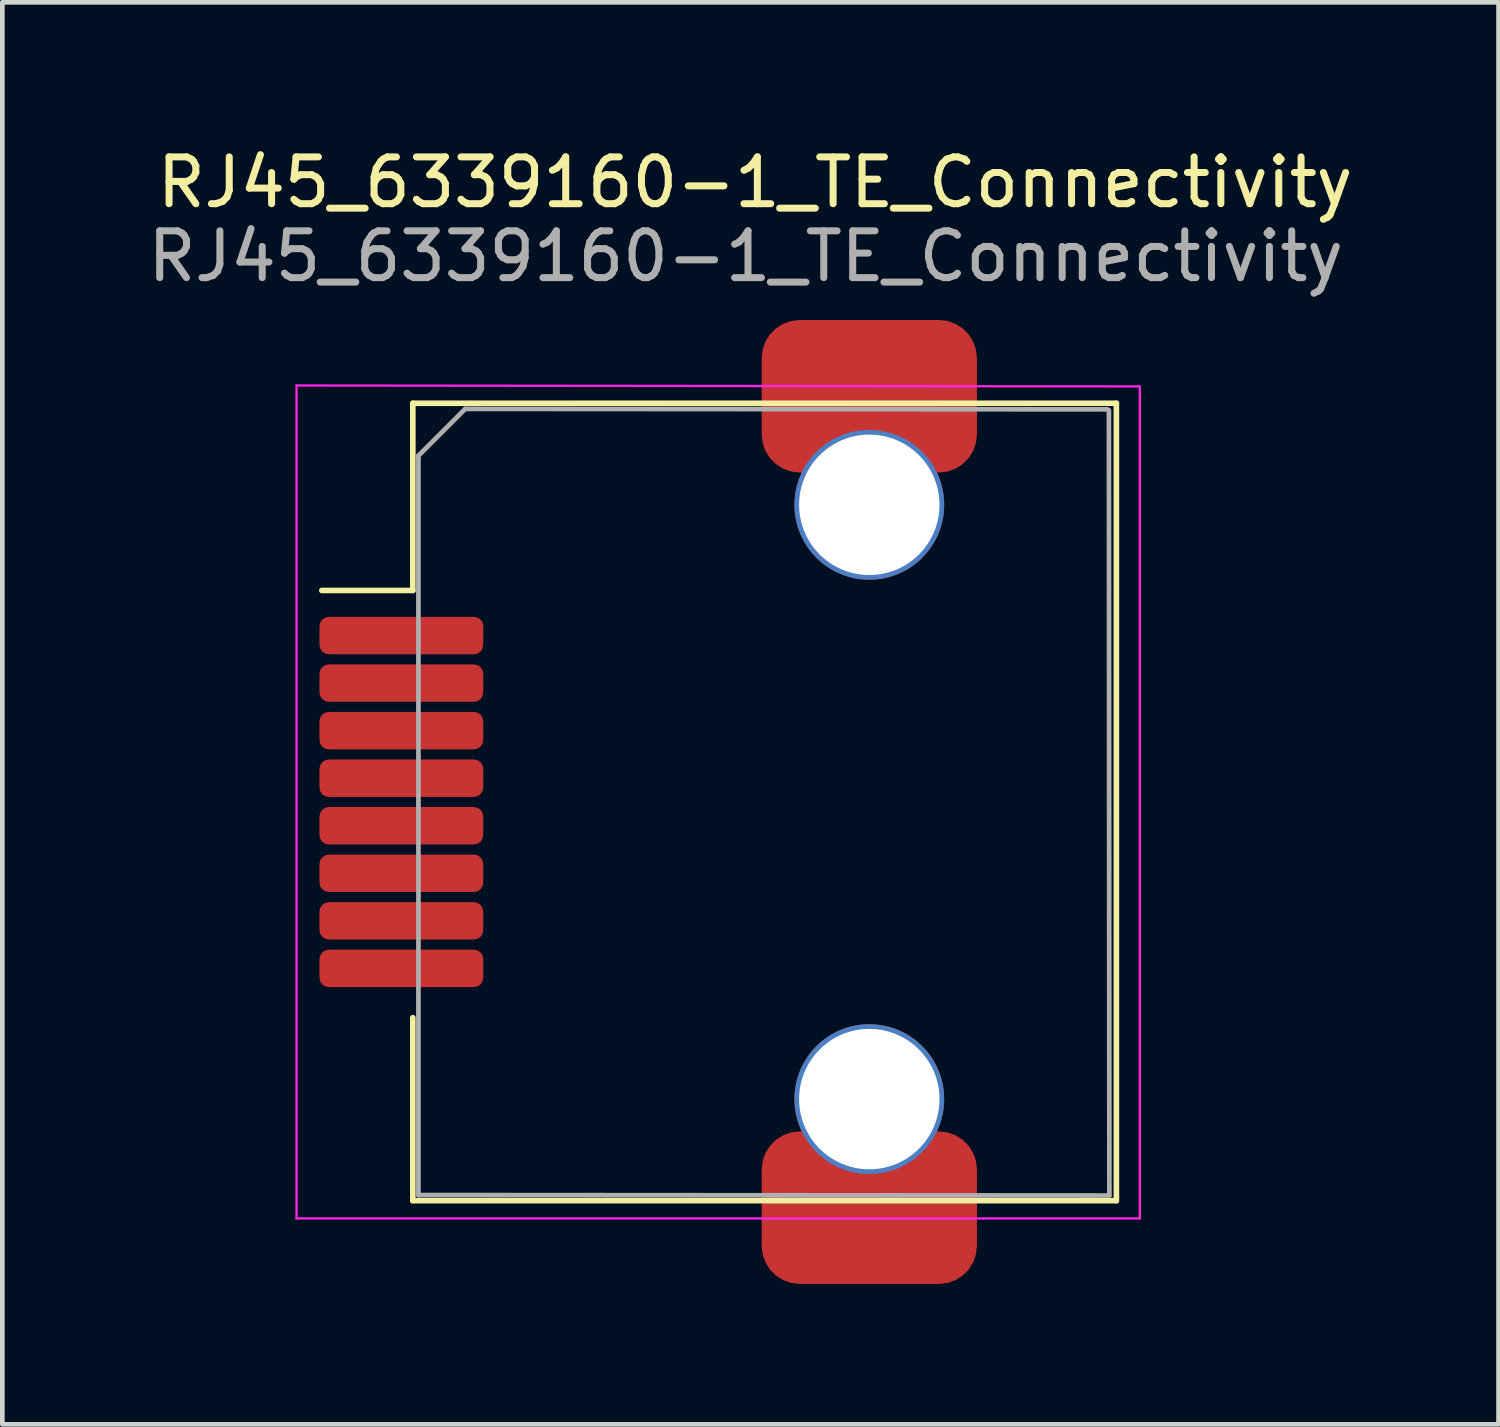
<source format=kicad_pcb>
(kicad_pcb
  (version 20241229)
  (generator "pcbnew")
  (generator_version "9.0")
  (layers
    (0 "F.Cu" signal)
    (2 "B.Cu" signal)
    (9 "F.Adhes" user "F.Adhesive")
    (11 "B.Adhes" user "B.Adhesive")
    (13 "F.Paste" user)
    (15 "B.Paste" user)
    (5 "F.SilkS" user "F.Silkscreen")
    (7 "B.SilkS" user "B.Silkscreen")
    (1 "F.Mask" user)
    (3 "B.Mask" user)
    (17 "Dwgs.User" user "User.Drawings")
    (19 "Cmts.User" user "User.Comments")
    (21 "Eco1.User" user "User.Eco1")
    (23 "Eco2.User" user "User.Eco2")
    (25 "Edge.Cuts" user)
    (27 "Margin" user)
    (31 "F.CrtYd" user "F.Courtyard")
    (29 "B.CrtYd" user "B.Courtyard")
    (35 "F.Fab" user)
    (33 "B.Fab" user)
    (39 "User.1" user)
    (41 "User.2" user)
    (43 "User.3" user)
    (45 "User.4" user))
  (footprint "RJ45_6339160-1_TE_Connectivity"
    (layer "F.Cu")
    (at 17.417 14.088)
    (property "Reference" "RJ45_6339160-1_TE_Connectivity" (at -4.33 -13.24 0) (layer "F.SilkS") (effects (font (size 1 1) (thickness 0.15))))
    (attr smd)
    (fp_line (start -11.645 -8.52) (end 3.39 -8.52) (stroke (width 0.12) (type solid)) (layer "F.SilkS"))
    (fp_line (start -11.645 -4.52) (end -13.59 -4.52) (stroke (width 0.12) (type solid)) (layer "F.SilkS"))
    (fp_line (start -11.645 -4.52) (end -11.645 -8.52) (stroke (width 0.12) (type solid)) (layer "F.SilkS"))
    (fp_line (start -11.645 4.61) (end -11.645 8.52) (stroke (width 0.12) (type solid)) (layer "F.SilkS"))
    (fp_line (start -11.645 8.52) (end 3.39 8.52) (stroke (width 0.12) (type solid)) (layer "F.SilkS"))
    (fp_line (start 3.39 -8.52) (end 3.39 8.52) (stroke (width 0.12) (type solid)) (layer "F.SilkS"))
    (fp_line (start -14.13 -8.9) (end -14.13 8.9) (stroke (width 0.05) (type solid)) (layer "F.CrtYd"))
    (fp_line (start 3.89 -8.88) (end -14.13 -8.9) (stroke (width 0.05) (type solid)) (layer "F.CrtYd"))
    (fp_line (start 3.89 -8.87) (end 3.89 8.9) (stroke (width 0.05) (type solid)) (layer "F.CrtYd"))
    (fp_line (start 3.89 8.9) (end -14.13 8.9) (stroke (width 0.05) (type solid)) (layer "F.CrtYd"))
    (fp_line (start -11.525 -7.4) (end -11.525 8.4) (stroke (width 0.1) (type solid)) (layer "F.Fab"))
    (fp_line (start -11.525 -7.4) (end -10.525 -8.4) (stroke (width 0.1) (type solid)) (layer "F.Fab"))
    (fp_line (start 3.2 -8.39) (end -10.525 -8.4) (stroke (width 0.1) (type solid)) (layer "F.Fab"))
    (fp_line (start 3.24 8.41) (end -11.525 8.4) (stroke (width 0.1) (type solid)) (layer "F.Fab"))
    (fp_line (start 3.24 8.41) (end 3.23 -8.37) (stroke (width 0.1) (type solid)) (layer "F.Fab"))
    (fp_text user "${REFERENCE}" (at -4.53 -11.66 0) (layer "F.Fab") (effects (font (size 1 1) (thickness 0.15))))
    (pad "" np_thru_hole circle (at -1.89 -6.35) (size 3.2 3.2) (drill 3) (layers "*.Cu" "*.Mask"))
    (pad "" np_thru_hole circle (at -1.89 6.35) (size 3.2 3.2) (drill 3) (layers "*.Cu" "*.Mask"))
    (pad "1" smd roundrect (at -11.89 -3.556) (size 3.5 0.8) (layers "F.Cu" "F.Mask" "F.Paste") (roundrect_rratio 0.25))
    (pad "2" smd roundrect (at -11.89 -2.54) (size 3.5 0.8) (layers "F.Cu" "F.Mask" "F.Paste") (roundrect_rratio 0.25))
    (pad "3" smd roundrect (at -11.89 -1.524) (size 3.5 0.8) (layers "F.Cu" "F.Mask" "F.Paste") (roundrect_rratio 0.25))
    (pad "4" smd roundrect (at -11.89 -0.508) (size 3.5 0.8) (layers "F.Cu" "F.Mask" "F.Paste") (roundrect_rratio 0.25))
    (pad "5" smd roundrect (at -11.89 0.508) (size 3.5 0.8) (layers "F.Cu" "F.Mask" "F.Paste") (roundrect_rratio 0.25))
    (pad "6" smd roundrect (at -11.89 1.524) (size 3.5 0.8) (layers "F.Cu" "F.Mask" "F.Paste") (roundrect_rratio 0.25))
    (pad "7" smd roundrect (at -11.89 2.54) (size 3.5 0.8) (layers "F.Cu" "F.Mask" "F.Paste") (roundrect_rratio 0.25))
    (pad "8" smd roundrect (at -11.89 3.556) (size 3.5 0.8) (layers "F.Cu" "F.Mask" "F.Paste") (roundrect_rratio 0.25))
    (pad "SH" smd roundrect (at -1.89 -8.67) (size 4.6 3.26) (layers "F.Cu" "F.Mask" "F.Paste") (roundrect_rratio 0.25))
    (pad "SH" smd roundrect (at -1.89 8.67) (size 4.6 3.26) (layers "F.Cu" "F.Mask" "F.Paste") (roundrect_rratio 0.25)))
  (gr_rect
    (start -3 -3)
    (end 28.974 27.388)
    (stroke (width 0.1) (type default))
    (fill no)
    (layer "Edge.Cuts")))
</source>
